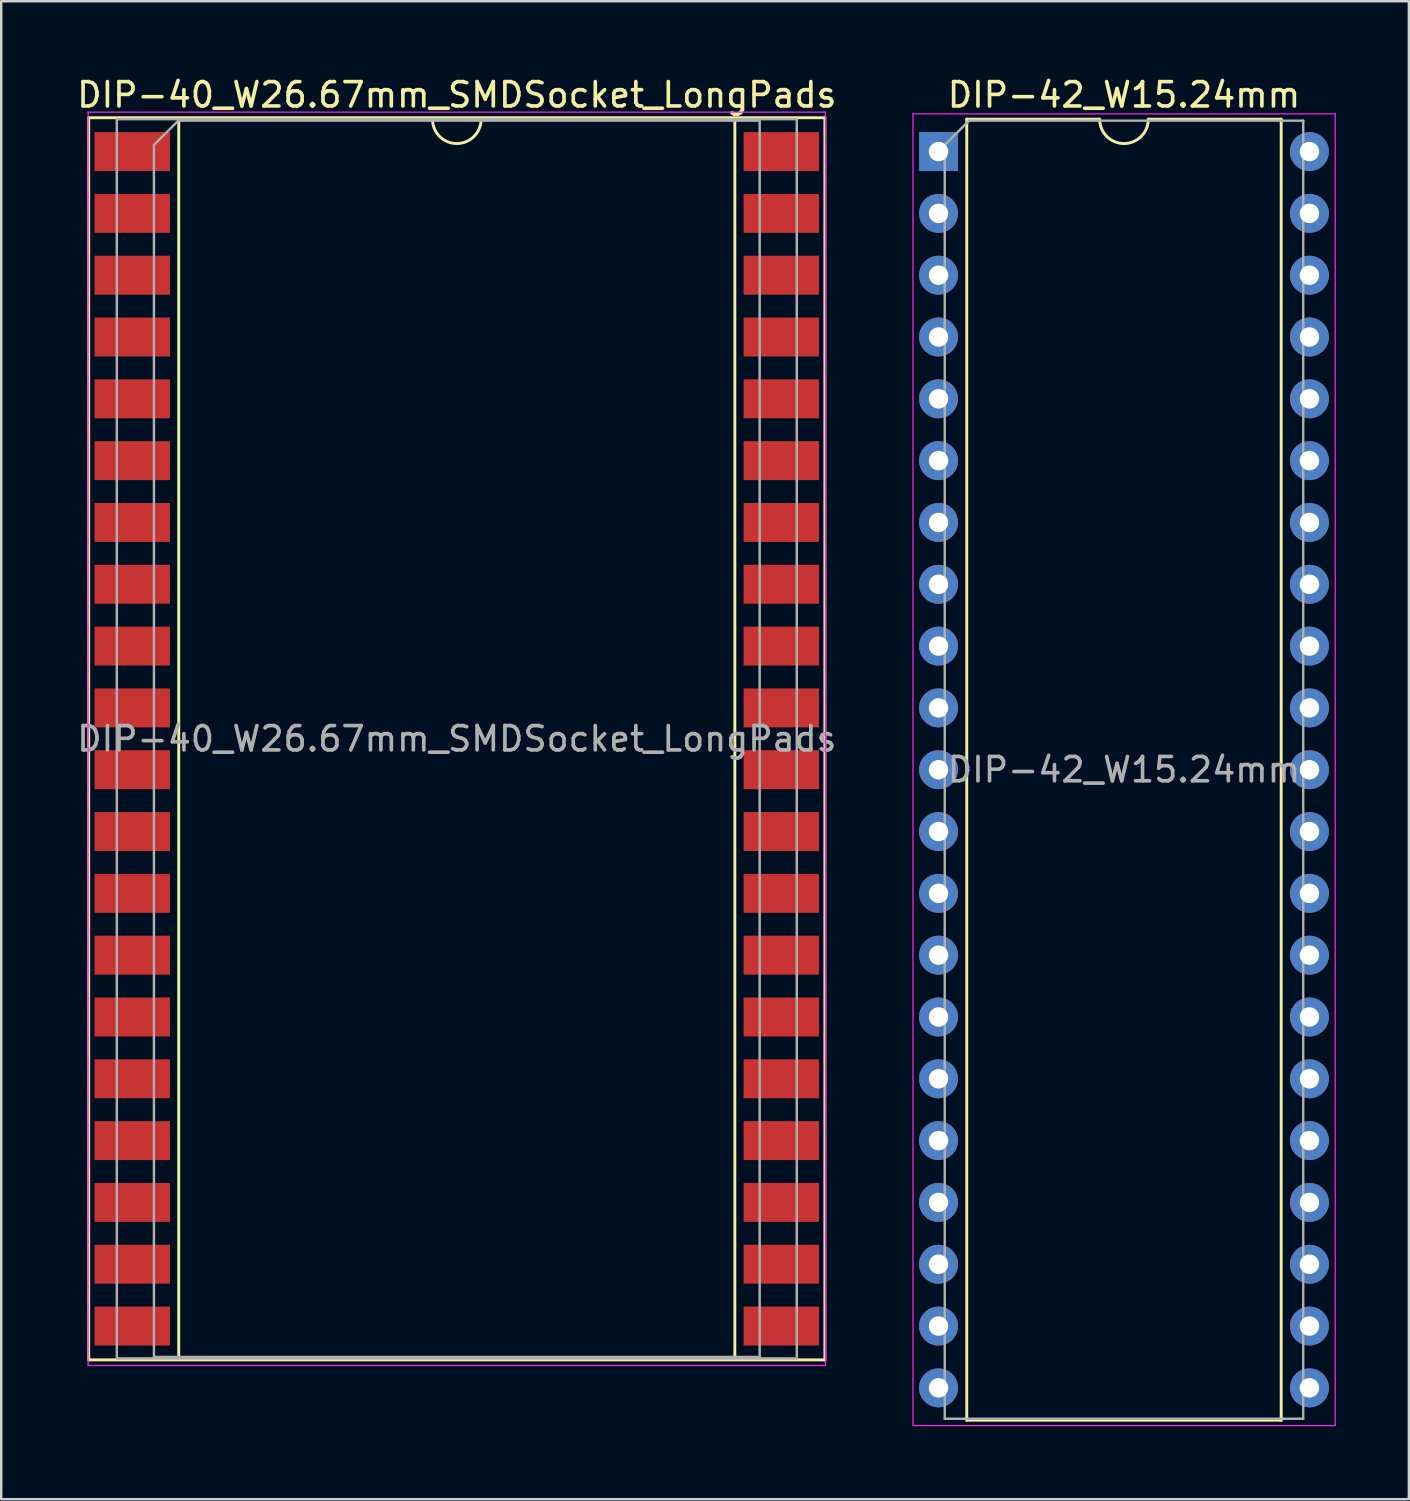
<source format=kicad_pcb>
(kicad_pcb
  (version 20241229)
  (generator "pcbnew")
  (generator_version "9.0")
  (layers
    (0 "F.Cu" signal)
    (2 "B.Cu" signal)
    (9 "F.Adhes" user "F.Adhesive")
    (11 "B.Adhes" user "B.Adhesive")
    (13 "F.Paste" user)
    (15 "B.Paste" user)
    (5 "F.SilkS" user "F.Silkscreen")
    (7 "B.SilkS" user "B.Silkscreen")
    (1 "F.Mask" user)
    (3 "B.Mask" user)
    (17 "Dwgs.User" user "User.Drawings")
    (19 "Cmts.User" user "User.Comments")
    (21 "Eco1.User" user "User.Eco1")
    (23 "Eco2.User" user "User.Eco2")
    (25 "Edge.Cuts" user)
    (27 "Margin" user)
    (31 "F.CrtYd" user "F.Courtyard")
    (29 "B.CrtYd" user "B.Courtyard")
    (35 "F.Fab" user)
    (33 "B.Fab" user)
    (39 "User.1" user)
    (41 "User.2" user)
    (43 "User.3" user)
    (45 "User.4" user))
  (footprint "DIP-42_W15.24mm"
    (layer "F.Cu")
    (at 35.515 3.178)
    (property "Reference" "DIP-42_W15.24mm" (at 7.62 -2.33 0) (layer "F.SilkS") (effects (font (size 1 1) (thickness 0.15))))
    (attr through_hole)
    (fp_line (start 1.16 -1.33) (end 1.16 52.13) (stroke (width 0.12) (type solid)) (layer "F.SilkS"))
    (fp_line (start 1.16 52.13) (end 14.08 52.13) (stroke (width 0.12) (type solid)) (layer "F.SilkS"))
    (fp_line (start 6.62 -1.33) (end 1.16 -1.33) (stroke (width 0.12) (type solid)) (layer "F.SilkS"))
    (fp_line (start 14.08 -1.33) (end 8.62 -1.33) (stroke (width 0.12) (type solid)) (layer "F.SilkS"))
    (fp_line (start 14.08 52.13) (end 14.08 -1.33) (stroke (width 0.12) (type solid)) (layer "F.SilkS"))
    (fp_arc (start 8.62 -1.33) (mid 7.62 -0.33) (end 6.62 -1.33) (stroke (width 0.12) (type solid)) (layer "F.SilkS"))
    (fp_line (start -1.05 -1.55) (end -1.05 52.35) (stroke (width 0.05) (type solid)) (layer "F.CrtYd"))
    (fp_line (start -1.05 52.35) (end 16.3 52.35) (stroke (width 0.05) (type solid)) (layer "F.CrtYd"))
    (fp_line (start 16.3 -1.55) (end -1.05 -1.55) (stroke (width 0.05) (type solid)) (layer "F.CrtYd"))
    (fp_line (start 16.3 52.35) (end 16.3 -1.55) (stroke (width 0.05) (type solid)) (layer "F.CrtYd"))
    (fp_line (start 0.255 -0.27) (end 1.255 -1.27) (stroke (width 0.1) (type solid)) (layer "F.Fab"))
    (fp_line (start 0.255 52.07) (end 0.255 -0.27) (stroke (width 0.1) (type solid)) (layer "F.Fab"))
    (fp_line (start 1.255 -1.27) (end 14.985 -1.27) (stroke (width 0.1) (type solid)) (layer "F.Fab"))
    (fp_line (start 14.985 -1.27) (end 14.985 52.07) (stroke (width 0.1) (type solid)) (layer "F.Fab"))
    (fp_line (start 14.985 52.07) (end 0.255 52.07) (stroke (width 0.1) (type solid)) (layer "F.Fab"))
    (fp_text user "${REFERENCE}" (at 7.62 25.4 0) (layer "F.Fab") (effects (font (size 1 1) (thickness 0.15))))
    (pad "1" thru_hole rect (at 0 0) (size 1.6 1.6) (drill 0.8) (layers "*.Cu" "*.Mask"))
    (pad "2" thru_hole oval (at 0 2.54) (size 1.6 1.6) (drill 0.8) (layers "*.Cu" "*.Mask"))
    (pad "3" thru_hole oval (at 0 5.08) (size 1.6 1.6) (drill 0.8) (layers "*.Cu" "*.Mask"))
    (pad "4" thru_hole oval (at 0 7.62) (size 1.6 1.6) (drill 0.8) (layers "*.Cu" "*.Mask"))
    (pad "5" thru_hole oval (at 0 10.16) (size 1.6 1.6) (drill 0.8) (layers "*.Cu" "*.Mask"))
    (pad "6" thru_hole oval (at 0 12.7) (size 1.6 1.6) (drill 0.8) (layers "*.Cu" "*.Mask"))
    (pad "7" thru_hole oval (at 0 15.24) (size 1.6 1.6) (drill 0.8) (layers "*.Cu" "*.Mask"))
    (pad "8" thru_hole oval (at 0 17.78) (size 1.6 1.6) (drill 0.8) (layers "*.Cu" "*.Mask"))
    (pad "9" thru_hole oval (at 0 20.32) (size 1.6 1.6) (drill 0.8) (layers "*.Cu" "*.Mask"))
    (pad "10" thru_hole oval (at 0 22.86) (size 1.6 1.6) (drill 0.8) (layers "*.Cu" "*.Mask"))
    (pad "11" thru_hole oval (at 0 25.4) (size 1.6 1.6) (drill 0.8) (layers "*.Cu" "*.Mask"))
    (pad "12" thru_hole oval (at 0 27.94) (size 1.6 1.6) (drill 0.8) (layers "*.Cu" "*.Mask"))
    (pad "13" thru_hole oval (at 0 30.48) (size 1.6 1.6) (drill 0.8) (layers "*.Cu" "*.Mask"))
    (pad "14" thru_hole oval (at 0 33.02) (size 1.6 1.6) (drill 0.8) (layers "*.Cu" "*.Mask"))
    (pad "15" thru_hole oval (at 0 35.56) (size 1.6 1.6) (drill 0.8) (layers "*.Cu" "*.Mask"))
    (pad "16" thru_hole oval (at 0 38.1) (size 1.6 1.6) (drill 0.8) (layers "*.Cu" "*.Mask"))
    (pad "17" thru_hole oval (at 0 40.64) (size 1.6 1.6) (drill 0.8) (layers "*.Cu" "*.Mask"))
    (pad "18" thru_hole oval (at 0 43.18) (size 1.6 1.6) (drill 0.8) (layers "*.Cu" "*.Mask"))
    (pad "19" thru_hole oval (at 0 45.72) (size 1.6 1.6) (drill 0.8) (layers "*.Cu" "*.Mask"))
    (pad "20" thru_hole oval (at 0 48.26) (size 1.6 1.6) (drill 0.8) (layers "*.Cu" "*.Mask"))
    (pad "21" thru_hole oval (at 0 50.8) (size 1.6 1.6) (drill 0.8) (layers "*.Cu" "*.Mask"))
    (pad "22" thru_hole oval (at 15.24 50.8) (size 1.6 1.6) (drill 0.8) (layers "*.Cu" "*.Mask"))
    (pad "23" thru_hole oval (at 15.24 48.26) (size 1.6 1.6) (drill 0.8) (layers "*.Cu" "*.Mask"))
    (pad "24" thru_hole oval (at 15.24 45.72) (size 1.6 1.6) (drill 0.8) (layers "*.Cu" "*.Mask"))
    (pad "25" thru_hole oval (at 15.24 43.18) (size 1.6 1.6) (drill 0.8) (layers "*.Cu" "*.Mask"))
    (pad "26" thru_hole oval (at 15.24 40.64) (size 1.6 1.6) (drill 0.8) (layers "*.Cu" "*.Mask"))
    (pad "27" thru_hole oval (at 15.24 38.1) (size 1.6 1.6) (drill 0.8) (layers "*.Cu" "*.Mask"))
    (pad "28" thru_hole oval (at 15.24 35.56) (size 1.6 1.6) (drill 0.8) (layers "*.Cu" "*.Mask"))
    (pad "29" thru_hole oval (at 15.24 33.02) (size 1.6 1.6) (drill 0.8) (layers "*.Cu" "*.Mask"))
    (pad "30" thru_hole oval (at 15.24 30.48) (size 1.6 1.6) (drill 0.8) (layers "*.Cu" "*.Mask"))
    (pad "31" thru_hole oval (at 15.24 27.94) (size 1.6 1.6) (drill 0.8) (layers "*.Cu" "*.Mask"))
    (pad "32" thru_hole oval (at 15.24 25.4) (size 1.6 1.6) (drill 0.8) (layers "*.Cu" "*.Mask"))
    (pad "33" thru_hole oval (at 15.24 22.86) (size 1.6 1.6) (drill 0.8) (layers "*.Cu" "*.Mask"))
    (pad "34" thru_hole oval (at 15.24 20.32) (size 1.6 1.6) (drill 0.8) (layers "*.Cu" "*.Mask"))
    (pad "35" thru_hole oval (at 15.24 17.78) (size 1.6 1.6) (drill 0.8) (layers "*.Cu" "*.Mask"))
    (pad "36" thru_hole oval (at 15.24 15.24) (size 1.6 1.6) (drill 0.8) (layers "*.Cu" "*.Mask"))
    (pad "37" thru_hole oval (at 15.24 12.7) (size 1.6 1.6) (drill 0.8) (layers "*.Cu" "*.Mask"))
    (pad "38" thru_hole oval (at 15.24 10.16) (size 1.6 1.6) (drill 0.8) (layers "*.Cu" "*.Mask"))
    (pad "39" thru_hole oval (at 15.24 7.62) (size 1.6 1.6) (drill 0.8) (layers "*.Cu" "*.Mask"))
    (pad "40" thru_hole oval (at 15.24 5.08) (size 1.6 1.6) (drill 0.8) (layers "*.Cu" "*.Mask"))
    (pad "41" thru_hole oval (at 15.24 2.54) (size 1.6 1.6) (drill 0.8) (layers "*.Cu" "*.Mask"))
    (pad "42" thru_hole oval (at 15.24 0) (size 1.6 1.6) (drill 0.8) (layers "*.Cu" "*.Mask")))
  (footprint "DIP-40_W26.67mm_SMDSocket_LongPads"
    (layer "F.Cu")
    (at 15.72 27.308)
    (property "Reference" "DIP-40_W26.67mm_SMDSocket_LongPads" (at 0 -26.46 0) (layer "F.SilkS") (effects (font (size 1 1) (thickness 0.15))))
    (attr smd)
    (fp_line (start -15.125 -25.52) (end -15.125 25.52) (stroke (width 0.12) (type solid)) (layer "F.SilkS"))
    (fp_line (start -15.125 25.52) (end 15.125 25.52) (stroke (width 0.12) (type solid)) (layer "F.SilkS"))
    (fp_line (start -11.425 -25.46) (end -11.425 25.46) (stroke (width 0.12) (type solid)) (layer "F.SilkS"))
    (fp_line (start -11.425 25.46) (end 11.425 25.46) (stroke (width 0.12) (type solid)) (layer "F.SilkS"))
    (fp_line (start -1 -25.46) (end -11.425 -25.46) (stroke (width 0.12) (type solid)) (layer "F.SilkS"))
    (fp_line (start 11.425 -25.46) (end 1 -25.46) (stroke (width 0.12) (type solid)) (layer "F.SilkS"))
    (fp_line (start 11.425 25.46) (end 11.425 -25.46) (stroke (width 0.12) (type solid)) (layer "F.SilkS"))
    (fp_line (start 15.125 -25.52) (end -15.125 -25.52) (stroke (width 0.12) (type solid)) (layer "F.SilkS"))
    (fp_line (start 15.125 25.52) (end 15.125 -25.52) (stroke (width 0.12) (type solid)) (layer "F.SilkS"))
    (fp_arc (start 1 -25.46) (mid 0 -24.46) (end -1 -25.46) (stroke (width 0.12) (type solid)) (layer "F.SilkS"))
    (fp_line (start -15.15 -25.75) (end -15.15 25.75) (stroke (width 0.05) (type solid)) (layer "F.CrtYd"))
    (fp_line (start -15.15 25.75) (end 15.15 25.75) (stroke (width 0.05) (type solid)) (layer "F.CrtYd"))
    (fp_line (start 15.15 -25.75) (end -15.15 -25.75) (stroke (width 0.05) (type solid)) (layer "F.CrtYd"))
    (fp_line (start 15.15 25.75) (end 15.15 -25.75) (stroke (width 0.05) (type solid)) (layer "F.CrtYd"))
    (fp_line (start -13.97 -25.46) (end -13.97 25.46) (stroke (width 0.1) (type solid)) (layer "F.Fab"))
    (fp_line (start -13.97 25.46) (end 13.97 25.46) (stroke (width 0.1) (type solid)) (layer "F.Fab"))
    (fp_line (start -12.445 -24.4) (end -11.445 -25.4) (stroke (width 0.1) (type solid)) (layer "F.Fab"))
    (fp_line (start -12.445 25.4) (end -12.445 -24.4) (stroke (width 0.1) (type solid)) (layer "F.Fab"))
    (fp_line (start -11.445 -25.4) (end 12.445 -25.4) (stroke (width 0.1) (type solid)) (layer "F.Fab"))
    (fp_line (start 12.445 -25.4) (end 12.445 25.4) (stroke (width 0.1) (type solid)) (layer "F.Fab"))
    (fp_line (start 12.445 25.4) (end -12.445 25.4) (stroke (width 0.1) (type solid)) (layer "F.Fab"))
    (fp_line (start 13.97 -25.46) (end -13.97 -25.46) (stroke (width 0.1) (type solid)) (layer "F.Fab"))
    (fp_line (start 13.97 25.46) (end 13.97 -25.46) (stroke (width 0.1) (type solid)) (layer "F.Fab"))
    (fp_text user "${REFERENCE}" (at 0 0 0) (layer "F.Fab") (effects (font (size 1 1) (thickness 0.15))))
    (pad "1" smd rect (at -13.335 -24.13) (size 3.1 1.6) (layers "F.Cu" "F.Mask" "F.Paste"))
    (pad "2" smd rect (at -13.335 -21.59) (size 3.1 1.6) (layers "F.Cu" "F.Mask" "F.Paste"))
    (pad "3" smd rect (at -13.335 -19.05) (size 3.1 1.6) (layers "F.Cu" "F.Mask" "F.Paste"))
    (pad "4" smd rect (at -13.335 -16.51) (size 3.1 1.6) (layers "F.Cu" "F.Mask" "F.Paste"))
    (pad "5" smd rect (at -13.335 -13.97) (size 3.1 1.6) (layers "F.Cu" "F.Mask" "F.Paste"))
    (pad "6" smd rect (at -13.335 -11.43) (size 3.1 1.6) (layers "F.Cu" "F.Mask" "F.Paste"))
    (pad "7" smd rect (at -13.335 -8.89) (size 3.1 1.6) (layers "F.Cu" "F.Mask" "F.Paste"))
    (pad "8" smd rect (at -13.335 -6.35) (size 3.1 1.6) (layers "F.Cu" "F.Mask" "F.Paste"))
    (pad "9" smd rect (at -13.335 -3.81) (size 3.1 1.6) (layers "F.Cu" "F.Mask" "F.Paste"))
    (pad "10" smd rect (at -13.335 -1.27) (size 3.1 1.6) (layers "F.Cu" "F.Mask" "F.Paste"))
    (pad "11" smd rect (at -13.335 1.27) (size 3.1 1.6) (layers "F.Cu" "F.Mask" "F.Paste"))
    (pad "12" smd rect (at -13.335 3.81) (size 3.1 1.6) (layers "F.Cu" "F.Mask" "F.Paste"))
    (pad "13" smd rect (at -13.335 6.35) (size 3.1 1.6) (layers "F.Cu" "F.Mask" "F.Paste"))
    (pad "14" smd rect (at -13.335 8.89) (size 3.1 1.6) (layers "F.Cu" "F.Mask" "F.Paste"))
    (pad "15" smd rect (at -13.335 11.43) (size 3.1 1.6) (layers "F.Cu" "F.Mask" "F.Paste"))
    (pad "16" smd rect (at -13.335 13.97) (size 3.1 1.6) (layers "F.Cu" "F.Mask" "F.Paste"))
    (pad "17" smd rect (at -13.335 16.51) (size 3.1 1.6) (layers "F.Cu" "F.Mask" "F.Paste"))
    (pad "18" smd rect (at -13.335 19.05) (size 3.1 1.6) (layers "F.Cu" "F.Mask" "F.Paste"))
    (pad "19" smd rect (at -13.335 21.59) (size 3.1 1.6) (layers "F.Cu" "F.Mask" "F.Paste"))
    (pad "20" smd rect (at -13.335 24.13) (size 3.1 1.6) (layers "F.Cu" "F.Mask" "F.Paste"))
    (pad "21" smd rect (at 13.335 24.13) (size 3.1 1.6) (layers "F.Cu" "F.Mask" "F.Paste"))
    (pad "22" smd rect (at 13.335 21.59) (size 3.1 1.6) (layers "F.Cu" "F.Mask" "F.Paste"))
    (pad "23" smd rect (at 13.335 19.05) (size 3.1 1.6) (layers "F.Cu" "F.Mask" "F.Paste"))
    (pad "24" smd rect (at 13.335 16.51) (size 3.1 1.6) (layers "F.Cu" "F.Mask" "F.Paste"))
    (pad "25" smd rect (at 13.335 13.97) (size 3.1 1.6) (layers "F.Cu" "F.Mask" "F.Paste"))
    (pad "26" smd rect (at 13.335 11.43) (size 3.1 1.6) (layers "F.Cu" "F.Mask" "F.Paste"))
    (pad "27" smd rect (at 13.335 8.89) (size 3.1 1.6) (layers "F.Cu" "F.Mask" "F.Paste"))
    (pad "28" smd rect (at 13.335 6.35) (size 3.1 1.6) (layers "F.Cu" "F.Mask" "F.Paste"))
    (pad "29" smd rect (at 13.335 3.81) (size 3.1 1.6) (layers "F.Cu" "F.Mask" "F.Paste"))
    (pad "30" smd rect (at 13.335 1.27) (size 3.1 1.6) (layers "F.Cu" "F.Mask" "F.Paste"))
    (pad "31" smd rect (at 13.335 -1.27) (size 3.1 1.6) (layers "F.Cu" "F.Mask" "F.Paste"))
    (pad "32" smd rect (at 13.335 -3.81) (size 3.1 1.6) (layers "F.Cu" "F.Mask" "F.Paste"))
    (pad "33" smd rect (at 13.335 -6.35) (size 3.1 1.6) (layers "F.Cu" "F.Mask" "F.Paste"))
    (pad "34" smd rect (at 13.335 -8.89) (size 3.1 1.6) (layers "F.Cu" "F.Mask" "F.Paste"))
    (pad "35" smd rect (at 13.335 -11.43) (size 3.1 1.6) (layers "F.Cu" "F.Mask" "F.Paste"))
    (pad "36" smd rect (at 13.335 -13.97) (size 3.1 1.6) (layers "F.Cu" "F.Mask" "F.Paste"))
    (pad "37" smd rect (at 13.335 -16.51) (size 3.1 1.6) (layers "F.Cu" "F.Mask" "F.Paste"))
    (pad "38" smd rect (at 13.335 -19.05) (size 3.1 1.6) (layers "F.Cu" "F.Mask" "F.Paste"))
    (pad "39" smd rect (at 13.335 -21.59) (size 3.1 1.6) (layers "F.Cu" "F.Mask" "F.Paste"))
    (pad "40" smd rect (at 13.335 -24.13) (size 3.1 1.6) (layers "F.Cu" "F.Mask" "F.Paste")))
  (gr_rect
    (start -3 -3)
    (end 54.84 58.553)
    (stroke (width 0.1) (type default))
    (fill no)
    (layer "Edge.Cuts")))
</source>
